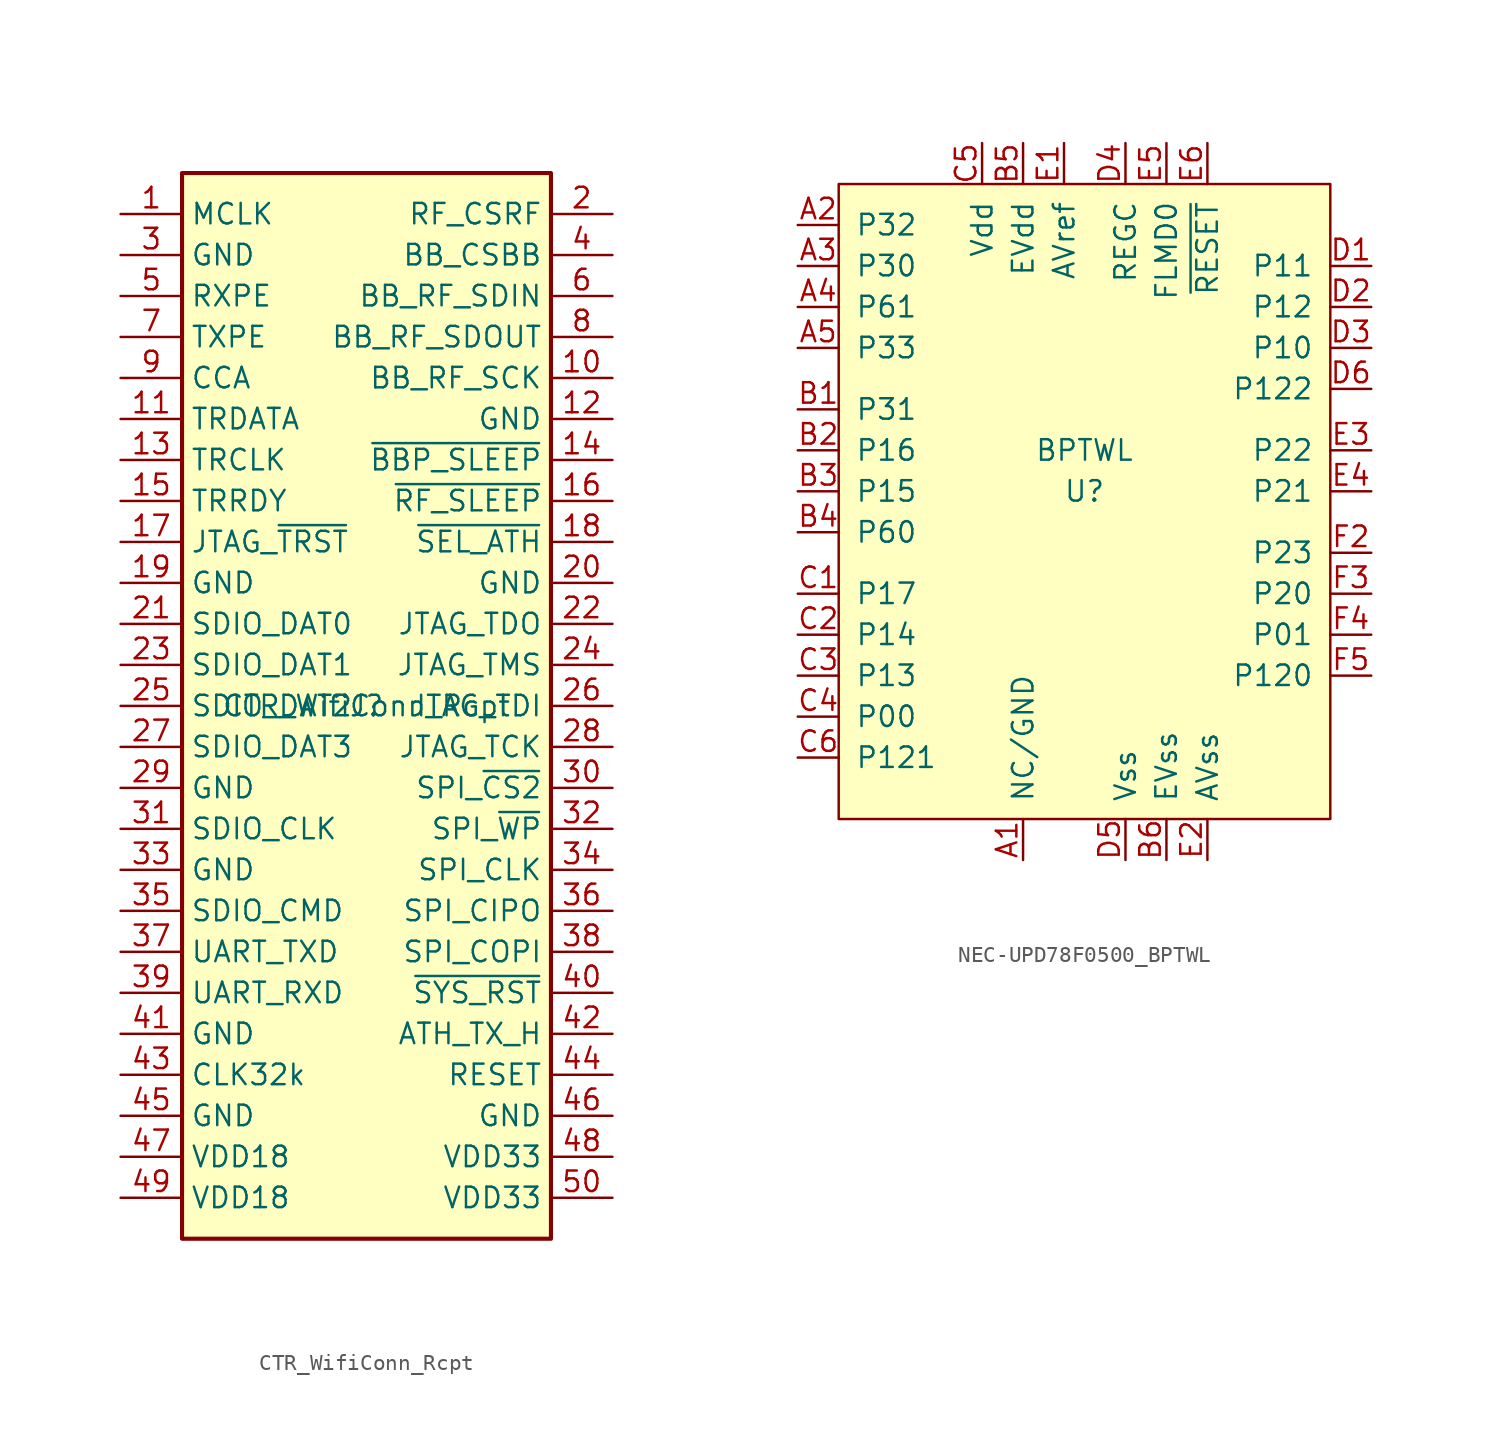
<source format=kicad_sym>
(kicad_symbol_lib
  (version 20231120)
  (generator "kicad_symbol_editor")
  (generator_version "8.0")
  (symbol "CTR_WifiConn_Rcpt"
    (property "Reference" "J"
      (at 0 0 0)
      (effects (font (size 1.27 1.27))))
    (property "Value" "CTR_WifiConn_Rcpt"
      (at 0 0 0)
      (effects (font (size 1.27 1.27))))
    (symbol "CTR_WifiConn_Rcpt_1_1"
      (rectangle (start -11.43 33.02) (end 11.43 -33.02) (stroke (width 0.254) (type default)) (fill (type background)))
      (pin passive line (at -15.24 30.48 0) (length 3.81) (name "MCLK" (effects (font (size 1.27 1.27)))) (number "1" (effects (font (size 1.27 1.27)))))
      (pin passive line (at 15.24 20.32 180) (length 3.81) (name "BB_RF_SCK" (effects (font (size 1.27 1.27)))) (number "10" (effects (font (size 1.27 1.27)))))
      (pin passive line (at -15.24 17.78 0) (length 3.81) (name "TRDATA" (effects (font (size 1.27 1.27)))) (number "11" (effects (font (size 1.27 1.27)))))
      (pin passive line (at 15.24 17.78 180) (length 3.81) (name "GND" (effects (font (size 1.27 1.27)))) (number "12" (effects (font (size 1.27 1.27)))))
      (pin passive line (at -15.24 15.24 0) (length 3.81) (name "TRCLK" (effects (font (size 1.27 1.27)))) (number "13" (effects (font (size 1.27 1.27)))))
      (pin passive line (at 15.24 15.24 180) (length 3.81) (name "~{BBP_SLEEP}" (effects (font (size 1.27 1.27)))) (number "14" (effects (font (size 1.27 1.27)))))
      (pin passive line (at -15.24 12.7 0) (length 3.81) (name "TRRDY" (effects (font (size 1.27 1.27)))) (number "15" (effects (font (size 1.27 1.27)))))
      (pin passive line (at 15.24 12.7 180) (length 3.81) (name "~{RF_SLEEP}" (effects (font (size 1.27 1.27)))) (number "16" (effects (font (size 1.27 1.27)))))
      (pin input line (at -15.24 10.16 0) (length 3.81) (name "JTAG_~{TRST}" (effects (font (size 1.27 1.27)))) (number "17" (effects (font (size 1.27 1.27)))))
      (pin input line (at 15.24 10.16 180) (length 3.81) (name "~{SEL_ATH}" (effects (font (size 1.27 1.27)))) (number "18" (effects (font (size 1.27 1.27)))))
      (pin passive line (at -15.24 7.62 0) (length 3.81) (name "GND" (effects (font (size 1.27 1.27)))) (number "19" (effects (font (size 1.27 1.27)))))
      (pin passive line (at 15.24 30.48 180) (length 3.81) (name "RF_CSRF" (effects (font (size 1.27 1.27)))) (number "2" (effects (font (size 1.27 1.27)))))
      (pin passive line (at 15.24 7.62 180) (length 3.81) (name "GND" (effects (font (size 1.27 1.27)))) (number "20" (effects (font (size 1.27 1.27)))))
      (pin bidirectional line (at -15.24 5.08 0) (length 3.81) (name "SDIO_DAT0" (effects (font (size 1.27 1.27)))) (number "21" (effects (font (size 1.27 1.27)))))
      (pin input line (at 15.24 5.08 180) (length 3.81) (name "JTAG_TDO" (effects (font (size 1.27 1.27)))) (number "22" (effects (font (size 1.27 1.27)))))
      (pin bidirectional line (at -15.24 2.54 0) (length 3.81) (name "SDIO_DAT1" (effects (font (size 1.27 1.27)))) (number "23" (effects (font (size 1.27 1.27)))))
      (pin input line (at 15.24 2.54 180) (length 3.81) (name "JTAG_TMS" (effects (font (size 1.27 1.27)))) (number "24" (effects (font (size 1.27 1.27)))))
      (pin bidirectional line (at -15.24 0 0) (length 3.81) (name "SDIO_DAT2" (effects (font (size 1.27 1.27)))) (number "25" (effects (font (size 1.27 1.27)))))
      (pin output line (at 15.24 0 180) (length 3.81) (name "JTAG_TDI" (effects (font (size 1.27 1.27)))) (number "26" (effects (font (size 1.27 1.27)))))
      (pin bidirectional line (at -15.24 -2.54 0) (length 3.81) (name "SDIO_DAT3" (effects (font (size 1.27 1.27)))) (number "27" (effects (font (size 1.27 1.27)))))
      (pin input line (at 15.24 -2.54 180) (length 3.81) (name "JTAG_TCK" (effects (font (size 1.27 1.27)))) (number "28" (effects (font (size 1.27 1.27)))))
      (pin passive line (at -15.24 -5.08 0) (length 3.81) (name "GND" (effects (font (size 1.27 1.27)))) (number "29" (effects (font (size 1.27 1.27)))))
      (pin passive line (at -15.24 27.94 0) (length 3.81) (name "GND" (effects (font (size 1.27 1.27)))) (number "3" (effects (font (size 1.27 1.27)))))
      (pin input line (at 15.24 -5.08 180) (length 3.81) (name "SPI_~{CS2}" (effects (font (size 1.27 1.27)))) (number "30" (effects (font (size 1.27 1.27)))))
      (pin input line (at -15.24 -7.62 0) (length 3.81) (name "SDIO_CLK" (effects (font (size 1.27 1.27)))) (number "31" (effects (font (size 1.27 1.27)))))
      (pin input line (at 15.24 -7.62 180) (length 3.81) (name "SPI_~{WP}" (effects (font (size 1.27 1.27)))) (number "32" (effects (font (size 1.27 1.27)))))
      (pin passive line (at -15.24 -10.16 0) (length 3.81) (name "GND" (effects (font (size 1.27 1.27)))) (number "33" (effects (font (size 1.27 1.27)))))
      (pin input line (at 15.24 -10.16 180) (length 3.81) (name "SPI_CLK" (effects (font (size 1.27 1.27)))) (number "34" (effects (font (size 1.27 1.27)))))
      (pin input line (at -15.24 -12.7 0) (length 3.81) (name "SDIO_CMD" (effects (font (size 1.27 1.27)))) (number "35" (effects (font (size 1.27 1.27)))))
      (pin output line (at 15.24 -12.7 180) (length 3.81) (name "SPI_CIPO" (effects (font (size 1.27 1.27)))) (number "36" (effects (font (size 1.27 1.27)))))
      (pin passive line (at -15.24 -15.24 0) (length 3.81) (name "UART_TXD" (effects (font (size 1.27 1.27)))) (number "37" (effects (font (size 1.27 1.27)))))
      (pin input line (at 15.24 -15.24 180) (length 3.81) (name "SPI_COPI" (effects (font (size 1.27 1.27)))) (number "38" (effects (font (size 1.27 1.27)))))
      (pin passive line (at -15.24 -17.78 0) (length 3.81) (name "UART_RXD" (effects (font (size 1.27 1.27)))) (number "39" (effects (font (size 1.27 1.27)))))
      (pin passive line (at 15.24 27.94 180) (length 3.81) (name "BB_CSBB" (effects (font (size 1.27 1.27)))) (number "4" (effects (font (size 1.27 1.27)))))
      (pin passive line (at 15.24 -17.78 180) (length 3.81) (name "~{SYS_RST}" (effects (font (size 1.27 1.27)))) (number "40" (effects (font (size 1.27 1.27)))))
      (pin passive line (at -15.24 -20.32 0) (length 3.81) (name "GND" (effects (font (size 1.27 1.27)))) (number "41" (effects (font (size 1.27 1.27)))))
      (pin passive line (at 15.24 -20.32 180) (length 3.81) (name "ATH_TX_H" (effects (font (size 1.27 1.27)))) (number "42" (effects (font (size 1.27 1.27)))))
      (pin input line (at -15.24 -22.86 0) (length 3.81) (name "CLK32k" (effects (font (size 1.27 1.27)))) (number "43" (effects (font (size 1.27 1.27)))))
      (pin passive line (at 15.24 -22.86 180) (length 3.81) (name "RESET" (effects (font (size 1.27 1.27)))) (number "44" (effects (font (size 1.27 1.27)))))
      (pin passive line (at -15.24 -25.4 0) (length 3.81) (name "GND" (effects (font (size 1.27 1.27)))) (number "45" (effects (font (size 1.27 1.27)))))
      (pin passive line (at 15.24 -25.4 180) (length 3.81) (name "GND" (effects (font (size 1.27 1.27)))) (number "46" (effects (font (size 1.27 1.27)))))
      (pin power_in line (at -15.24 -27.94 0) (length 3.81) (name "VDD18" (effects (font (size 1.27 1.27)))) (number "47" (effects (font (size 1.27 1.27)))))
      (pin power_in line (at 15.24 -27.94 180) (length 3.81) (name "VDD33" (effects (font (size 1.27 1.27)))) (number "48" (effects (font (size 1.27 1.27)))))
      (pin power_in line (at -15.24 -30.48 0) (length 3.81) (name "VDD18" (effects (font (size 1.27 1.27)))) (number "49" (effects (font (size 1.27 1.27)))))
      (pin passive line (at -15.24 25.4 0) (length 3.81) (name "RXPE" (effects (font (size 1.27 1.27)))) (number "5" (effects (font (size 1.27 1.27)))))
      (pin power_in line (at 15.24 -30.48 180) (length 3.81) (name "VDD33" (effects (font (size 1.27 1.27)))) (number "50" (effects (font (size 1.27 1.27)))))
      (pin passive line (at 15.24 25.4 180) (length 3.81) (name "BB_RF_SDIN" (effects (font (size 1.27 1.27)))) (number "6" (effects (font (size 1.27 1.27)))))
      (pin passive line (at -15.24 22.86 0) (length 3.81) (name "TXPE" (effects (font (size 1.27 1.27)))) (number "7" (effects (font (size 1.27 1.27)))))
      (pin passive line (at 15.24 22.86 180) (length 3.81) (name "BB_RF_SDOUT" (effects (font (size 1.27 1.27)))) (number "8" (effects (font (size 1.27 1.27)))))
      (pin passive line (at -15.24 20.32 0) (length 3.81) (name "CCA" (effects (font (size 1.27 1.27)))) (number "9" (effects (font (size 1.27 1.27)))))))
  (symbol "NEC-UPD78F0500_BPTWL"
    (pin_names
      (offset 1.016))
    (property "Reference" "U"
      (at 0 0 0)
      (effects (font (size 1.27 1.27))))
    (property "Value" "BPTWL"
      (at 0 2.54 0)
      (effects (font (size 1.27 1.27))))
    (symbol "NEC-UPD78F0500_BPTWL_0_1"
      (rectangle (start -15.24 19.05) (end 15.24 -20.32) (stroke (width 0) (type default)) (fill (type background))))
    (symbol "NEC-UPD78F0500_BPTWL_1_1"
      (pin passive line (at -3.81 -22.86 90) (length 2.54) (name "NC/GND" (effects (font (size 1.27 1.27)))) (number "A1" (effects (font (size 1.27 1.27)))))
      (pin bidirectional line (at -17.78 16.51 0) (length 2.54) (name "P32" (effects (font (size 1.27 1.27)))) (number "A2" (effects (font (size 1.27 1.27)))) (alternate "WL_TXPE" bidirectional line))
      (pin bidirectional line (at -17.78 13.97 0) (length 2.54) (name "P30" (effects (font (size 1.27 1.27)))) (number "A3" (effects (font (size 1.27 1.27)))) (alternate "BTN_P02" input line))
      (pin bidirectional line (at -17.78 11.43 0) (length 2.54) (name "P61" (effects (font (size 1.27 1.27)))) (number "A4" (effects (font (size 1.27 1.27)))) (alternate "SDA_TWL" open_collector line))
      (pin bidirectional line (at -17.78 8.89 0) (length 2.54) (name "P33" (effects (font (size 1.27 1.27)))) (number "A5" (effects (font (size 1.27 1.27)))) (alternate "ADPO" input line))
      (pin passive line (at -3.81 -22.86 90) (length 2.54) hide (name "NC/GND" (effects (font (size 1.27 1.27)))) (number "A6" (effects (font (size 1.27 1.27)))))
      (pin bidirectional line (at -17.78 5.08 0) (length 2.54) (name "P31" (effects (font (size 1.27 1.27)))) (number "B1" (effects (font (size 1.27 1.27)))) (alternate "ATH_TX_H" bidirectional line))
      (pin bidirectional line (at -17.78 2.54 0) (length 2.54) (name "P16" (effects (font (size 1.27 1.27)))) (number "B2" (effects (font (size 1.27 1.27)))) (alternate "LED_BLUE" output line))
      (pin bidirectional line (at -17.78 0 0) (length 2.54) (name "P15" (effects (font (size 1.27 1.27)))) (number "B3" (effects (font (size 1.27 1.27)))) (alternate "LED_RED" output line))
      (pin bidirectional line (at -17.78 -2.54 0) (length 2.54) (name "P60" (effects (font (size 1.27 1.27)))) (number "B4" (effects (font (size 1.27 1.27)))) (alternate "SCL_TWL" output line))
      (pin power_in line (at -3.81 21.59 270) (length 2.54) (name "EVdd" (effects (font (size 1.27 1.27)))) (number "B5" (effects (font (size 1.27 1.27)))))
      (pin passive line (at 5.08 -22.86 90) (length 2.54) (name "EVss" (effects (font (size 1.27 1.27)))) (number "B6" (effects (font (size 1.27 1.27)))))
      (pin bidirectional line (at -17.78 -6.35 0) (length 2.54) (name "P17" (effects (font (size 1.27 1.27)))) (number "C1" (effects (font (size 1.27 1.27)))) (alternate "LED_YELLOW" output line))
      (pin bidirectional line (at -17.78 -8.89 0) (length 2.54) (name "P14" (effects (font (size 1.27 1.27)))) (number "C2" (effects (font (size 1.27 1.27)))) (alternate "BTN_VOLP" input line) (alternate "RxD6" input line))
      (pin bidirectional line (at -17.78 -11.43 0) (length 2.54) (name "P13" (effects (font (size 1.27 1.27)))) (number "C3" (effects (font (size 1.27 1.27)))) (alternate "BTN_VOLN" input line) (alternate "TxD6" output line))
      (pin bidirectional line (at -17.78 -13.97 0) (length 2.54) (name "P00" (effects (font (size 1.27 1.27)))) (number "C4" (effects (font (size 1.27 1.27)))) (alternate "PM_SLP" bidirectional line))
      (pin power_in line (at -6.35 21.59 270) (length 2.54) (name "Vdd" (effects (font (size 1.27 1.27)))) (number "C5" (effects (font (size 1.27 1.27)))))
      (pin bidirectional line (at -17.78 -16.51 0) (length 2.54) (name "P121" (effects (font (size 1.27 1.27)))) (number "C6" (effects (font (size 1.27 1.27)))) (alternate "~{WIFI_RST}" bidirectional line))
      (pin bidirectional line (at 17.78 13.97 180) (length 2.54) (name "P11" (effects (font (size 1.27 1.27)))) (number "D1" (effects (font (size 1.27 1.27)))) (alternate "SDA1_SUB" open_collector line))
      (pin bidirectional line (at 17.78 11.43 180) (length 2.54) (name "P12" (effects (font (size 1.27 1.27)))) (number "D2" (effects (font (size 1.27 1.27)))) (alternate "~{TWLRST}" output line))
      (pin bidirectional line (at 17.78 8.89 180) (length 2.54) (name "P10" (effects (font (size 1.27 1.27)))) (number "D3" (effects (font (size 1.27 1.27)))) (alternate "SCL1_SUB" output line))
      (pin passive line (at 2.54 21.59 270) (length 2.54) (name "REGC" (effects (font (size 1.27 1.27)))) (number "D4" (effects (font (size 1.27 1.27)))))
      (pin passive line (at 2.54 -22.86 90) (length 2.54) (name "Vss" (effects (font (size 1.27 1.27)))) (number "D5" (effects (font (size 1.27 1.27)))))
      (pin bidirectional line (at 17.78 6.35 180) (length 2.54) (name "P122" (effects (font (size 1.27 1.27)))) (number "D6" (effects (font (size 1.27 1.27)))) (alternate "PM_OFF" input line))
      (pin power_in line (at -1.27 21.59 270) (length 2.54) (name "AVref" (effects (font (size 1.27 1.27)))) (number "E1" (effects (font (size 1.27 1.27)))))
      (pin passive line (at 7.62 -22.86 90) (length 2.54) (name "AVss" (effects (font (size 1.27 1.27)))) (number "E2" (effects (font (size 1.27 1.27)))))
      (pin bidirectional line (at 17.78 2.54 180) (length 2.54) (name "P22" (effects (font (size 1.27 1.27)))) (number "E3" (effects (font (size 1.27 1.27)))) (alternate "CAM_LED" output line))
      (pin bidirectional line (at 17.78 0 180) (length 2.54) (name "P21" (effects (font (size 1.27 1.27)))) (number "E4" (effects (font (size 1.27 1.27)))) (alternate "PWSWO" bidirectional line))
      (pin input line (at 5.08 21.59 270) (length 2.54) (name "FLMD0" (effects (font (size 1.27 1.27)))) (number "E5" (effects (font (size 1.27 1.27)))))
      (pin input line (at 7.62 21.59 270) (length 2.54) (name "~{RESET}" (effects (font (size 1.27 1.27)))) (number "E6" (effects (font (size 1.27 1.27)))))
      (pin passive line (at -3.81 -22.86 90) (length 2.54) hide (name "NC/GND" (effects (font (size 1.27 1.27)))) (number "F1" (effects (font (size 1.27 1.27)))))
      (pin bidirectional line (at 17.78 -3.81 180) (length 2.54) (name "P23" (effects (font (size 1.27 1.27)))) (number "F2" (effects (font (size 1.27 1.27)))) (alternate "AOUT" input line))
      (pin bidirectional line (at 17.78 -6.35 180) (length 2.54) (name "P20" (effects (font (size 1.27 1.27)))) (number "F3" (effects (font (size 1.27 1.27)))) (alternate "mFE2" output line))
      (pin bidirectional line (at 17.78 -8.89 180) (length 2.54) (name "P01" (effects (font (size 1.27 1.27)))) (number "F4" (effects (font (size 1.27 1.27)))) (alternate "WL_RXPE" bidirectional line))
      (pin bidirectional line (at 17.78 -11.43 180) (length 2.54) (name "P120" (effects (font (size 1.27 1.27)))) (number "F5" (effects (font (size 1.27 1.27)))) (alternate "~{IRQ_O}" output line))
      (pin passive line (at -3.81 -22.86 90) (length 2.54) hide (name "NC/GND" (effects (font (size 1.27 1.27)))) (number "F6" (effects (font (size 1.27 1.27))))))))
</source>
